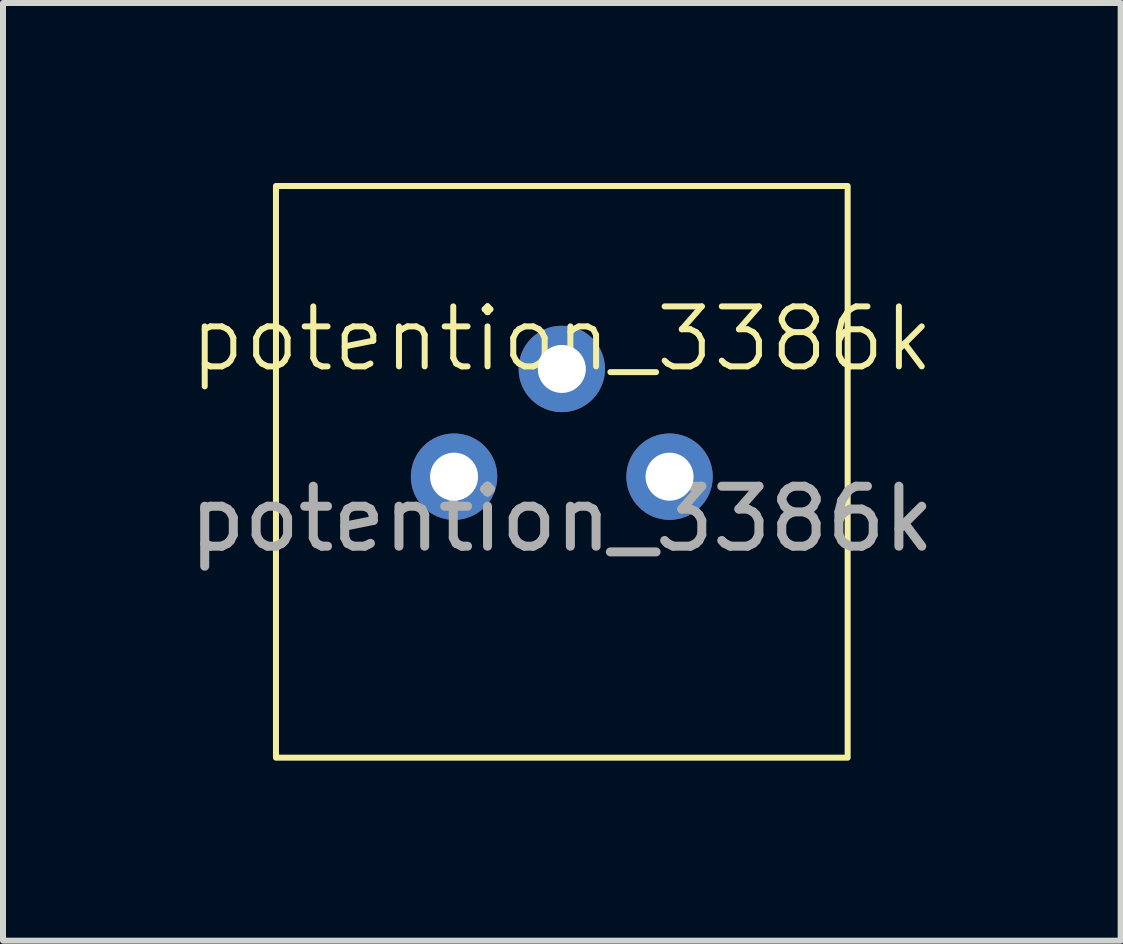
<source format=kicad_pcb>
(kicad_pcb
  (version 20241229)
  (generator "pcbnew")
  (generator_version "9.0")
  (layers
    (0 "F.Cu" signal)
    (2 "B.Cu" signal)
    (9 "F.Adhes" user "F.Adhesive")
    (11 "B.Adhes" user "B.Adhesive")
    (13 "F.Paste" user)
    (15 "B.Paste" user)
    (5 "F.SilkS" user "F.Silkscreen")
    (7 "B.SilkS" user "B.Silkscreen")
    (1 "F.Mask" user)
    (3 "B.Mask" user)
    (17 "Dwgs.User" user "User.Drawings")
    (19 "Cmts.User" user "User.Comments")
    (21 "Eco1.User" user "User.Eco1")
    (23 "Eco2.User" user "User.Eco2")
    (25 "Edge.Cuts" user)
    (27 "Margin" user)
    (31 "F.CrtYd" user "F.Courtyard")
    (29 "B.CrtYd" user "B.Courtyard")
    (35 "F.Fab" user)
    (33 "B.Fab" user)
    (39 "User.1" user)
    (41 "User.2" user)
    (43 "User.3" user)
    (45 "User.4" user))
  (footprint "potention_3386k"
    (layer "F.Cu")
    (at 6.315 3.1)
    (property "Reference" "potention_3386k" (at 0 -0.5 0) (unlocked yes) (layer "F.SilkS") (effects (font (size 1 1) (thickness 0.1))))
    (attr smd)
    (fp_rect (start -4.765 -3.05) (end 4.765 6.48) (stroke (width 0.1) (type default)) (fill no) (layer "F.SilkS"))
    (fp_text user "${REFERENCE}" (at 0 2.5 0) (unlocked yes) (layer "F.Fab") (effects (font (size 1 1) (thickness 0.15))))
    (pad "1" thru_hole circle (at -1.796 1.796 90) (size 1.44 1.44) (drill 0.8) (layers "*.Cu" "*.Mask"))
    (pad "2" thru_hole circle (at 0 0 90) (size 1.44 1.44) (drill 0.8) (layers "*.Cu" "*.Mask"))
    (pad "3" thru_hole circle (at 1.796 1.796 90) (size 1.44 1.44) (drill 0.8) (layers "*.Cu" "*.Mask")))
  (gr_rect
    (start -3 -3)
    (end 15.631 12.63)
    (stroke (width 0.1) (type default))
    (fill no)
    (layer "Edge.Cuts")))
</source>
